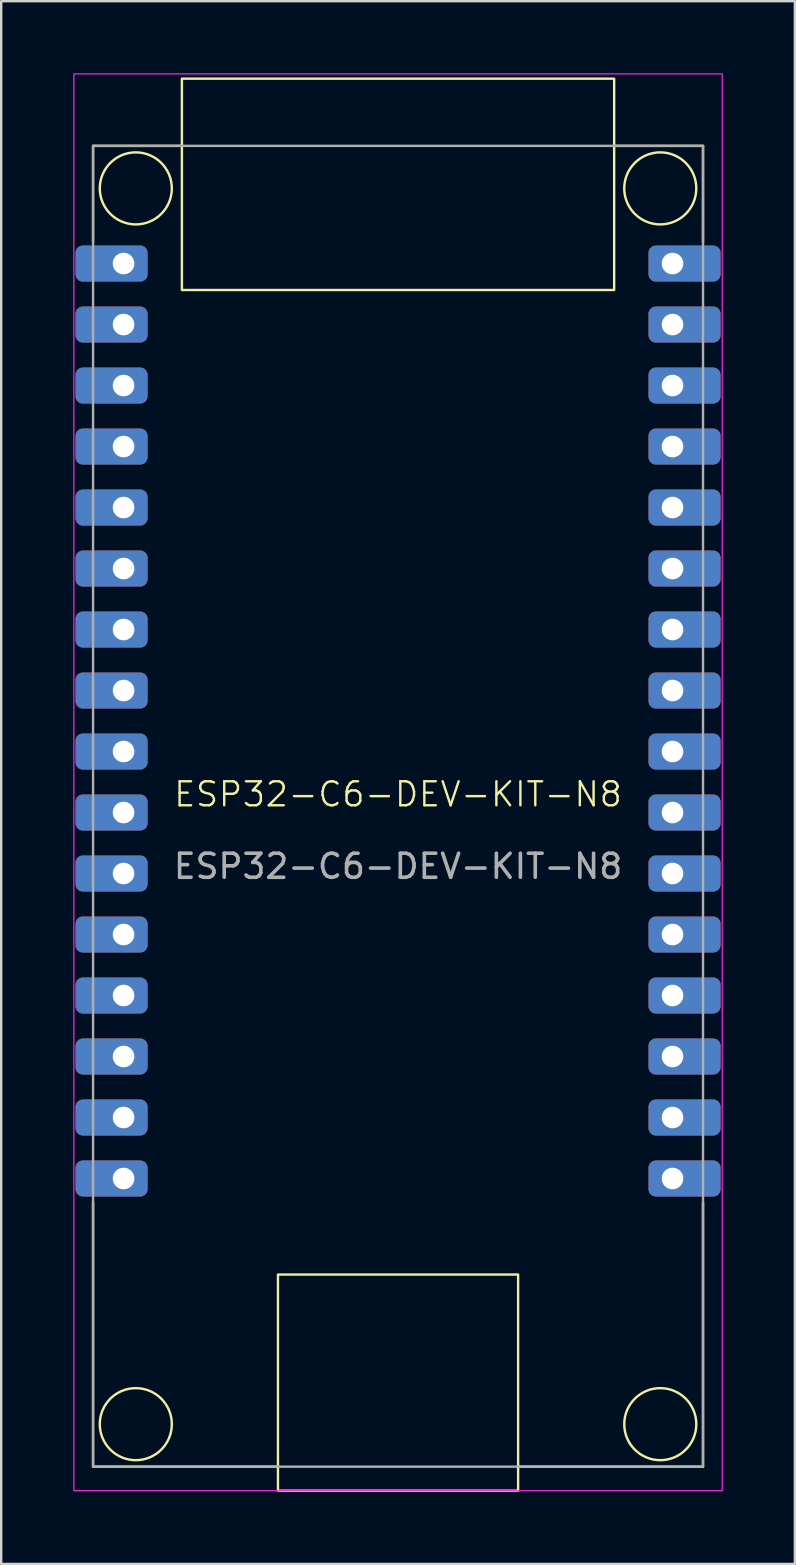
<source format=kicad_pcb>
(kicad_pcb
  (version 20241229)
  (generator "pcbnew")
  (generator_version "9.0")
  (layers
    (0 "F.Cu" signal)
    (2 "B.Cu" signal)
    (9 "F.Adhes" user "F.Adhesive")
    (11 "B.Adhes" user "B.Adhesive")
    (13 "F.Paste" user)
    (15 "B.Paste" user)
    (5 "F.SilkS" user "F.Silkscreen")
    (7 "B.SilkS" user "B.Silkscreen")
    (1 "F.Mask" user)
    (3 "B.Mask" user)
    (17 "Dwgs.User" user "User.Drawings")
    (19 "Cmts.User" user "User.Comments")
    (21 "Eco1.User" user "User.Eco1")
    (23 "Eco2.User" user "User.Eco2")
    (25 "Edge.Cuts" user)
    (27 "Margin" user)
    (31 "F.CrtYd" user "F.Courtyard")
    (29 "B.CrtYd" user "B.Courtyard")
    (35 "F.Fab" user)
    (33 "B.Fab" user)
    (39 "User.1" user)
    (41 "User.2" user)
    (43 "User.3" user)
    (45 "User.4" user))
  (footprint "ESP32-C6-DEV-KIT-N8"
    (layer "F.Cu")
    (at 13.525 30.525)
    (property "Reference" "ESP32-C6-DEV-KIT-N8" (at 0 -0.5 0) (unlocked yes) (layer "F.SilkS") (effects (font (size 1 1) (thickness 0.1))))
    (attr through_hole)
    (fp_line (start -12.7 -27.5) (end -12.7 -23.5) (stroke (width 0.1) (type default)) (layer "F.SilkS"))
    (fp_line (start -12.7 -27.5) (end -9 -27.5) (stroke (width 0.1) (type default)) (layer "F.SilkS"))
    (fp_line (start -12.7 27.5) (end -12.7 16.5) (stroke (width 0.1) (type default)) (layer "F.SilkS"))
    (fp_line (start -12.7 27.5) (end -5 27.5) (stroke (width 0.1) (type default)) (layer "F.SilkS"))
    (fp_line (start 12.7 -27.5) (end 9 -27.5) (stroke (width 0.1) (type default)) (layer "F.SilkS"))
    (fp_line (start 12.7 -27.5) (end 12.7 -23.5) (stroke (width 0.1) (type solid)) (layer "F.SilkS"))
    (fp_line (start 12.7 27.5) (end 5 27.5) (stroke (width 0.1) (type default)) (layer "F.SilkS"))
    (fp_line (start 12.7 27.5) (end 12.7 16.5) (stroke (width 0.1) (type default)) (layer "F.SilkS"))
    (fp_rect (start -9 -30.3) (end 9 -21.5) (stroke (width 0.1) (type default)) (fill no) (layer "F.SilkS"))
    (fp_rect (start -5 19.5) (end 5 28.5) (stroke (width 0.1) (type solid)) (fill no) (layer "F.SilkS"))
    (fp_circle (center -10.92 -25.73) (end -9.42 -25.73) (stroke (width 0.1) (type solid)) (fill no) (layer "F.SilkS"))
    (fp_circle (center -10.92 25.73) (end -9.42 25.73) (stroke (width 0.1) (type solid)) (fill no) (layer "F.SilkS"))
    (fp_circle (center 10.92 -25.73) (end 12.42 -25.73) (stroke (width 0.1) (type solid)) (fill no) (layer "F.SilkS"))
    (fp_circle (center 10.92 25.73) (end 12.42 25.73) (stroke (width 0.1) (type solid)) (fill no) (layer "F.SilkS"))
    (fp_rect (start -13.5 -30.5) (end 13.5 28.5) (stroke (width 0.05) (type solid)) (fill no) (layer "F.CrtYd"))
    (fp_rect (start -12.7 -27.5) (end 12.7 27.5) (stroke (width 0.1) (type solid)) (fill no) (layer "F.Fab"))
    (fp_text user "${REFERENCE}" (at 0 2.5 0) (unlocked yes) (layer "F.Fab") (effects (font (size 1 1) (thickness 0.15))))
    (pad "1" thru_hole roundrect (at -11.43 -22.6 180) (size 3 1.5) (drill 0.9 (offset 0.5 0)) (layers "*.Cu" "*.Mask") (roundrect_rratio 0.2))
    (pad "2" thru_hole roundrect (at -11.43 -20.06 180) (size 3 1.5) (drill 0.9 (offset 0.5 0)) (layers "*.Cu" "*.Mask") (roundrect_rratio 0.2))
    (pad "3" thru_hole roundrect (at -11.43 -17.52 180) (size 3 1.5) (drill 0.9 (offset 0.5 0)) (layers "*.Cu" "*.Mask") (roundrect_rratio 0.2))
    (pad "4" thru_hole roundrect (at -11.43 -14.98 180) (size 3 1.5) (drill 0.9 (offset 0.5 0)) (layers "*.Cu" "*.Mask") (roundrect_rratio 0.2))
    (pad "5" thru_hole roundrect (at -11.43 -12.44 180) (size 3 1.5) (drill 0.9 (offset 0.5 0)) (layers "*.Cu" "*.Mask") (roundrect_rratio 0.2))
    (pad "6" thru_hole roundrect (at -11.43 -9.9 180) (size 3 1.5) (drill 0.9 (offset 0.5 0)) (layers "*.Cu" "*.Mask") (roundrect_rratio 0.2))
    (pad "7" thru_hole roundrect (at -11.43 -7.36 180) (size 3 1.5) (drill 0.9 (offset 0.5 0)) (layers "*.Cu" "*.Mask") (roundrect_rratio 0.2))
    (pad "8" thru_hole roundrect (at -11.43 -4.82 180) (size 3 1.5) (drill 0.9 (offset 0.5 0)) (layers "*.Cu" "*.Mask") (roundrect_rratio 0.2))
    (pad "9" thru_hole roundrect (at -11.43 -2.28 180) (size 3 1.5) (drill 0.9 (offset 0.5 0)) (layers "*.Cu" "*.Mask") (roundrect_rratio 0.2))
    (pad "10" thru_hole roundrect (at -11.43 0.26 180) (size 3 1.5) (drill 0.9 (offset 0.5 0)) (layers "*.Cu" "*.Mask") (roundrect_rratio 0.2))
    (pad "11" thru_hole roundrect (at -11.43 2.8 180) (size 3 1.5) (drill 0.9 (offset 0.5 0)) (layers "*.Cu" "*.Mask") (roundrect_rratio 0.2))
    (pad "12" thru_hole roundrect (at -11.43 5.34 180) (size 3 1.5) (drill 0.9 (offset 0.5 0)) (layers "*.Cu" "*.Mask") (roundrect_rratio 0.2))
    (pad "13" thru_hole roundrect (at -11.43 7.88 180) (size 3 1.5) (drill 0.9 (offset 0.5 0)) (layers "*.Cu" "*.Mask") (roundrect_rratio 0.2))
    (pad "14" thru_hole roundrect (at -11.43 10.42 180) (size 3 1.5) (drill 0.9 (offset 0.5 0)) (layers "*.Cu" "*.Mask") (roundrect_rratio 0.2))
    (pad "15" thru_hole roundrect (at -11.43 12.96 180) (size 3 1.5) (drill 0.9 (offset 0.5 0)) (layers "*.Cu" "*.Mask") (roundrect_rratio 0.2))
    (pad "16" thru_hole roundrect (at -11.43 15.5 180) (size 3 1.5) (drill 0.9 (offset 0.5 0)) (layers "*.Cu" "*.Mask") (roundrect_rratio 0.2))
    (pad "17" thru_hole roundrect (at 11.43 -22.6) (size 3 1.5) (drill 0.9 (offset 0.5 0)) (layers "*.Cu" "*.Mask") (roundrect_rratio 0.2))
    (pad "18" thru_hole roundrect (at 11.43 -20.06) (size 3 1.5) (drill 0.9 (offset 0.5 0)) (layers "*.Cu" "*.Mask") (roundrect_rratio 0.2))
    (pad "19" thru_hole roundrect (at 11.43 -17.52) (size 3 1.5) (drill 0.9 (offset 0.5 0)) (layers "*.Cu" "*.Mask") (roundrect_rratio 0.2))
    (pad "20" thru_hole roundrect (at 11.43 -14.98) (size 3 1.5) (drill 0.9 (offset 0.5 0)) (layers "*.Cu" "*.Mask") (roundrect_rratio 0.2))
    (pad "21" thru_hole roundrect (at 11.43 -12.44) (size 3 1.5) (drill 0.9 (offset 0.5 0)) (layers "*.Cu" "*.Mask") (roundrect_rratio 0.2))
    (pad "22" thru_hole roundrect (at 11.43 -9.9) (size 3 1.5) (drill 0.9 (offset 0.5 0)) (layers "*.Cu" "*.Mask") (roundrect_rratio 0.2))
    (pad "23" thru_hole roundrect (at 11.43 -7.36) (size 3 1.5) (drill 0.9 (offset 0.5 0)) (layers "*.Cu" "*.Mask") (roundrect_rratio 0.2))
    (pad "24" thru_hole roundrect (at 11.43 -4.82) (size 3 1.5) (drill 0.9 (offset 0.5 0)) (layers "*.Cu" "*.Mask") (roundrect_rratio 0.2))
    (pad "25" thru_hole roundrect (at 11.43 -2.28) (size 3 1.5) (drill 0.9 (offset 0.5 0)) (layers "*.Cu" "*.Mask") (roundrect_rratio 0.2))
    (pad "26" thru_hole roundrect (at 11.43 0.26) (size 3 1.5) (drill 0.9 (offset 0.5 0)) (layers "*.Cu" "*.Mask") (roundrect_rratio 0.2))
    (pad "27" thru_hole roundrect (at 11.43 2.8) (size 3 1.5) (drill 0.9 (offset 0.5 0)) (layers "*.Cu" "*.Mask") (roundrect_rratio 0.2))
    (pad "28" thru_hole roundrect (at 11.43 5.34) (size 3 1.5) (drill 0.9 (offset 0.5 0)) (layers "*.Cu" "*.Mask") (roundrect_rratio 0.2))
    (pad "29" thru_hole roundrect (at 11.43 7.88) (size 3 1.5) (drill 0.9 (offset 0.5 0)) (layers "*.Cu" "*.Mask") (roundrect_rratio 0.2))
    (pad "30" thru_hole roundrect (at 11.43 10.42) (size 3 1.5) (drill 0.9 (offset 0.5 0)) (layers "*.Cu" "*.Mask") (roundrect_rratio 0.2))
    (pad "31" thru_hole roundrect (at 11.43 12.96) (size 3 1.5) (drill 0.9 (offset 0.5 0)) (layers "*.Cu" "*.Mask") (roundrect_rratio 0.2))
    (pad "32" thru_hole roundrect (at 11.43 15.5) (size 3 1.5) (drill 0.9 (offset 0.5 0)) (layers "*.Cu" "*.Mask") (roundrect_rratio 0.2)))
  (gr_rect
    (start -3 -3)
    (end 30.05 62.075)
    (stroke (width 0.1) (type default))
    (fill no)
    (layer "Edge.Cuts")))
</source>
